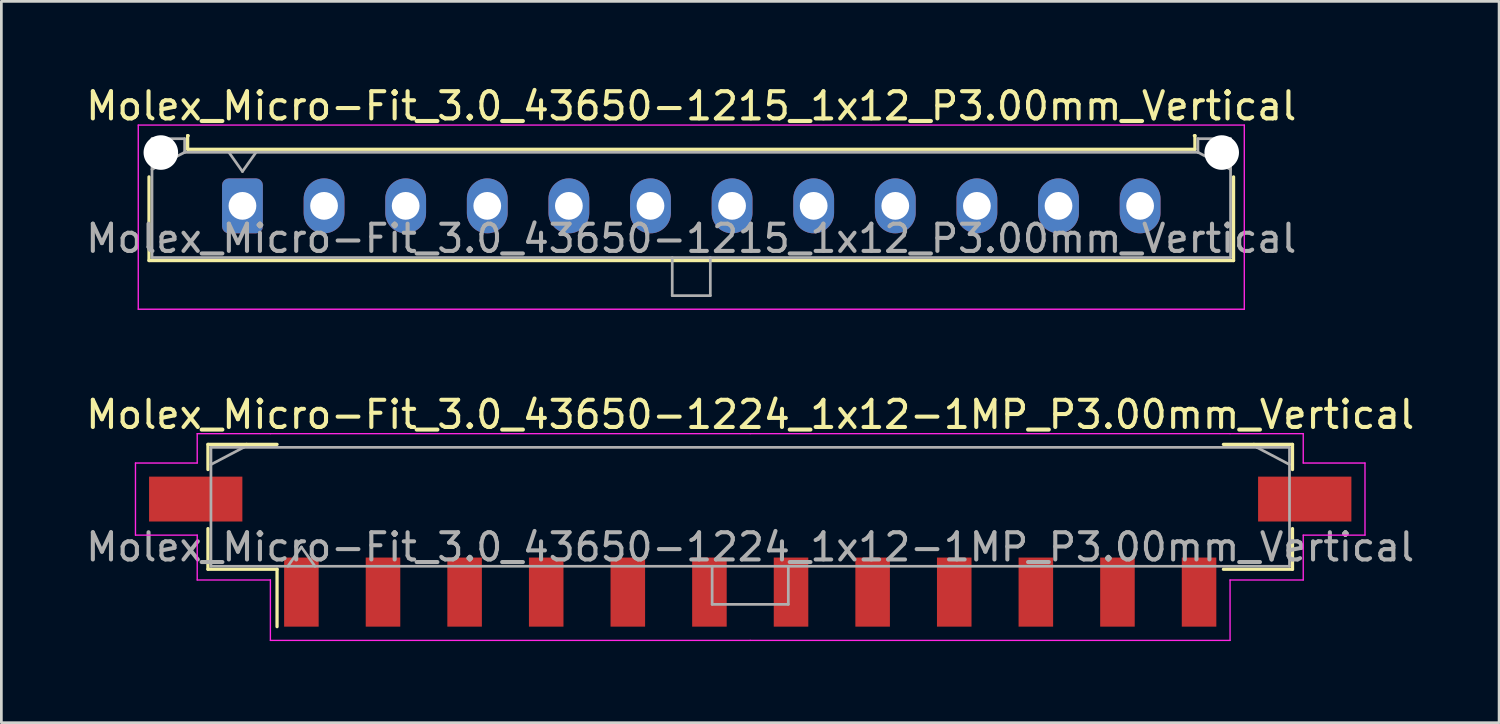
<source format=kicad_pcb>
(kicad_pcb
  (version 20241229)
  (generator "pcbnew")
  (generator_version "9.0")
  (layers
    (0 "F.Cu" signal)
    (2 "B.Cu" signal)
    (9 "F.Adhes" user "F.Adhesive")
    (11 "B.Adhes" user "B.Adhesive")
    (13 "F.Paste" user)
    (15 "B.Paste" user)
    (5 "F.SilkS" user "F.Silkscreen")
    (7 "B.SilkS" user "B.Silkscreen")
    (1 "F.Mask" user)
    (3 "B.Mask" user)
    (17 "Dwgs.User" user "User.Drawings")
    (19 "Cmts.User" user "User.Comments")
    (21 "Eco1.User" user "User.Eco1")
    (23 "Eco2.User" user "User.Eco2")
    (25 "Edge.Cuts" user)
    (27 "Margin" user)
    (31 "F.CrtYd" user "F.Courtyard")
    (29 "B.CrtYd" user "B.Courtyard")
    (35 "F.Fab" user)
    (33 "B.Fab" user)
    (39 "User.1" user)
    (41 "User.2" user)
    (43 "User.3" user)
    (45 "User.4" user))
  (footprint "Molex_Micro-Fit_3.0_43650-1224_1x12-1MP_P3.00mm_Vertical"
    (layer "F.Cu")
    (at 24.53 15.582)
    (property "Reference" "Molex_Micro-Fit_3.0_43650-1224_1x12-1MP_P3.00mm_Vertical" (at 0 -3.39 0) (layer "F.SilkS") (effects (font (size 1 1) (thickness 0.15))))
    (attr smd)
    (fp_line (start -19.935 -2.295) (end -18.515 -2.295) (stroke (width 0.12) (type solid)) (layer "F.SilkS"))
    (fp_line (start -19.935 -1.37) (end -19.935 -2.295) (stroke (width 0.12) (type solid)) (layer "F.SilkS"))
    (fp_line (start -19.935 0.8) (end -19.935 2.295) (stroke (width 0.12) (type solid)) (layer "F.SilkS"))
    (fp_line (start -19.935 2.295) (end -17.395 2.295) (stroke (width 0.12) (type solid)) (layer "F.SilkS"))
    (fp_line (start -18.515 -2.295) (end -17.395 -2.295) (stroke (width 0.12) (type solid)) (layer "F.SilkS"))
    (fp_line (start -17.395 2.295) (end -17.395 4.405) (stroke (width 0.12) (type solid)) (layer "F.SilkS"))
    (fp_line (start 18.515 -2.295) (end 17.395 -2.295) (stroke (width 0.12) (type solid)) (layer "F.SilkS"))
    (fp_line (start 19.935 -2.295) (end 18.515 -2.295) (stroke (width 0.12) (type solid)) (layer "F.SilkS"))
    (fp_line (start 19.935 -1.37) (end 19.935 -2.295) (stroke (width 0.12) (type solid)) (layer "F.SilkS"))
    (fp_line (start 19.935 0.8) (end 19.935 2.295) (stroke (width 0.12) (type solid)) (layer "F.SilkS"))
    (fp_line (start 19.935 2.295) (end 17.395 2.295) (stroke (width 0.12) (type solid)) (layer "F.SilkS"))
    (fp_line (start -22.6 -1.61) (end -22.6 1.04) (stroke (width 0.05) (type solid)) (layer "F.CrtYd"))
    (fp_line (start -22.6 1.04) (end -20.33 1.04) (stroke (width 0.05) (type solid)) (layer "F.CrtYd"))
    (fp_line (start -20.33 -2.69) (end -20.33 -1.61) (stroke (width 0.05) (type solid)) (layer "F.CrtYd"))
    (fp_line (start -20.33 -1.61) (end -22.6 -1.61) (stroke (width 0.05) (type solid)) (layer "F.CrtYd"))
    (fp_line (start -20.33 1.04) (end -20.33 2.69) (stroke (width 0.05) (type solid)) (layer "F.CrtYd"))
    (fp_line (start -20.33 2.69) (end -17.64 2.69) (stroke (width 0.05) (type solid)) (layer "F.CrtYd"))
    (fp_line (start -17.64 -2.69) (end -20.33 -2.69) (stroke (width 0.05) (type solid)) (layer "F.CrtYd"))
    (fp_line (start -17.64 2.69) (end -17.64 4.91) (stroke (width 0.05) (type solid)) (layer "F.CrtYd"))
    (fp_line (start -17.64 4.91) (end 0 4.91) (stroke (width 0.05) (type solid)) (layer "F.CrtYd"))
    (fp_line (start 0 -2.69) (end -17.64 -2.69) (stroke (width 0.05) (type solid)) (layer "F.CrtYd"))
    (fp_line (start 0 -2.69) (end 17.64 -2.69) (stroke (width 0.05) (type solid)) (layer "F.CrtYd"))
    (fp_line (start 17.64 -2.69) (end 20.33 -2.69) (stroke (width 0.05) (type solid)) (layer "F.CrtYd"))
    (fp_line (start 17.64 2.69) (end 17.64 4.91) (stroke (width 0.05) (type solid)) (layer "F.CrtYd"))
    (fp_line (start 17.64 4.91) (end 0 4.91) (stroke (width 0.05) (type solid)) (layer "F.CrtYd"))
    (fp_line (start 20.33 -2.69) (end 20.33 -1.61) (stroke (width 0.05) (type solid)) (layer "F.CrtYd"))
    (fp_line (start 20.33 -1.61) (end 22.6 -1.61) (stroke (width 0.05) (type solid)) (layer "F.CrtYd"))
    (fp_line (start 20.33 1.04) (end 20.33 2.69) (stroke (width 0.05) (type solid)) (layer "F.CrtYd"))
    (fp_line (start 20.33 2.69) (end 17.64 2.69) (stroke (width 0.05) (type solid)) (layer "F.CrtYd"))
    (fp_line (start 22.6 -1.61) (end 22.6 1.04) (stroke (width 0.05) (type solid)) (layer "F.CrtYd"))
    (fp_line (start 22.6 1.04) (end 20.33 1.04) (stroke (width 0.05) (type solid)) (layer "F.CrtYd"))
    (fp_line (start -19.825 -2.185) (end -19.825 2.185) (stroke (width 0.1) (type solid)) (layer "F.Fab"))
    (fp_line (start -19.825 -1.555) (end -18.625 -2.185) (stroke (width 0.1) (type solid)) (layer "F.Fab"))
    (fp_line (start -19.825 2.185) (end 19.825 2.185) (stroke (width 0.1) (type solid)) (layer "F.Fab"))
    (fp_line (start -18.625 -2.185) (end -19.825 -2.185) (stroke (width 0.1) (type solid)) (layer "F.Fab"))
    (fp_line (start -17 2.185) (end -16.5 1.478) (stroke (width 0.1) (type solid)) (layer "F.Fab"))
    (fp_line (start -16.5 1.478) (end -16 2.185) (stroke (width 0.1) (type solid)) (layer "F.Fab"))
    (fp_line (start -1.4 2.185) (end -1.4 3.585) (stroke (width 0.1) (type solid)) (layer "F.Fab"))
    (fp_line (start -1.4 3.585) (end 1.4 3.585) (stroke (width 0.1) (type solid)) (layer "F.Fab"))
    (fp_line (start 1.4 3.585) (end 1.4 2.185) (stroke (width 0.1) (type solid)) (layer "F.Fab"))
    (fp_line (start 18.625 -2.185) (end -18.625 -2.185) (stroke (width 0.1) (type solid)) (layer "F.Fab"))
    (fp_line (start 19.825 -2.185) (end 18.625 -2.185) (stroke (width 0.1) (type solid)) (layer "F.Fab"))
    (fp_line (start 19.825 -1.555) (end 18.625 -2.185) (stroke (width 0.1) (type solid)) (layer "F.Fab"))
    (fp_line (start 19.825 2.185) (end 19.825 -2.185) (stroke (width 0.1) (type solid)) (layer "F.Fab"))
    (fp_text user "${REFERENCE}" (at 0 1.48 0) (layer "F.Fab") (effects (font (size 1 1) (thickness 0.15))))
    (pad "1" smd rect (at -16.5 3.135) (size 1.27 2.54) (layers "F.Cu" "F.Mask" "F.Paste"))
    (pad "2" smd rect (at -13.5 3.135) (size 1.27 2.54) (layers "F.Cu" "F.Mask" "F.Paste"))
    (pad "3" smd rect (at -10.5 3.135) (size 1.27 2.54) (layers "F.Cu" "F.Mask" "F.Paste"))
    (pad "4" smd rect (at -7.5 3.135) (size 1.27 2.54) (layers "F.Cu" "F.Mask" "F.Paste"))
    (pad "5" smd rect (at -4.5 3.135) (size 1.27 2.54) (layers "F.Cu" "F.Mask" "F.Paste"))
    (pad "6" smd rect (at -1.5 3.135) (size 1.27 2.54) (layers "F.Cu" "F.Mask" "F.Paste"))
    (pad "7" smd rect (at 1.5 3.135) (size 1.27 2.54) (layers "F.Cu" "F.Mask" "F.Paste"))
    (pad "8" smd rect (at 4.5 3.135) (size 1.27 2.54) (layers "F.Cu" "F.Mask" "F.Paste"))
    (pad "9" smd rect (at 7.5 3.135) (size 1.27 2.54) (layers "F.Cu" "F.Mask" "F.Paste"))
    (pad "10" smd rect (at 10.5 3.135) (size 1.27 2.54) (layers "F.Cu" "F.Mask" "F.Paste"))
    (pad "11" smd rect (at 13.5 3.135) (size 1.27 2.54) (layers "F.Cu" "F.Mask" "F.Paste"))
    (pad "12" smd rect (at 16.5 3.135) (size 1.27 2.54) (layers "F.Cu" "F.Mask" "F.Paste"))
    (pad "MP" smd rect (at -20.385 -0.285) (size 3.43 1.65) (layers "F.Cu" "F.Mask" "F.Paste"))
    (pad "MP" smd rect (at 20.385 -0.285) (size 3.43 1.65) (layers "F.Cu" "F.Mask" "F.Paste")))
  (footprint "Molex_Micro-Fit_3.0_43650-1215_1x12_P3.00mm_Vertical"
    (layer "F.Cu")
    (at 5.863 4.518)
    (property "Reference" "Molex_Micro-Fit_3.0_43650-1215_1x12_P3.00mm_Vertical" (at 16.5 -3.67 0) (layer "F.SilkS") (effects (font (size 1 1) (thickness 0.15))))
    (attr through_hole)
    (fp_line (start -3.435 -1.065) (end -3.435 2.01) (stroke (width 0.12) (type solid)) (layer "F.SilkS"))
    (fp_line (start -3.435 2.01) (end 36.435 2.01) (stroke (width 0.12) (type solid)) (layer "F.SilkS"))
    (fp_line (start -2.015 -2.58) (end -2.015 -2.08) (stroke (width 0.12) (type solid)) (layer "F.SilkS"))
    (fp_line (start -2.015 -2.08) (end 35.015 -2.08) (stroke (width 0.12) (type solid)) (layer "F.SilkS"))
    (fp_line (start -1.995 -2.58) (end -2.015 -2.58) (stroke (width 0.12) (type solid)) (layer "F.SilkS"))
    (fp_line (start 35.015 -2.58) (end 34.995 -2.58) (stroke (width 0.12) (type solid)) (layer "F.SilkS"))
    (fp_line (start 35.015 -2.08) (end 35.015 -2.58) (stroke (width 0.12) (type solid)) (layer "F.SilkS"))
    (fp_line (start 36.435 2.01) (end 36.435 -1.065) (stroke (width 0.12) (type solid)) (layer "F.SilkS"))
    (fp_line (start -3.83 -2.97) (end 36.83 -2.97) (stroke (width 0.05) (type solid)) (layer "F.CrtYd"))
    (fp_line (start -3.83 3.8) (end -3.83 -2.97) (stroke (width 0.05) (type solid)) (layer "F.CrtYd"))
    (fp_line (start 36.83 -2.97) (end 36.83 3.8) (stroke (width 0.05) (type solid)) (layer "F.CrtYd"))
    (fp_line (start 36.83 3.8) (end -3.83 3.8) (stroke (width 0.05) (type solid)) (layer "F.CrtYd"))
    (fp_line (start -3.325 -2.47) (end -3.325 1.9) (stroke (width 0.1) (type solid)) (layer "F.Fab"))
    (fp_line (start -3.325 -1.34) (end -2.125 -1.97) (stroke (width 0.1) (type solid)) (layer "F.Fab"))
    (fp_line (start -3.325 1.9) (end 36.325 1.9) (stroke (width 0.1) (type solid)) (layer "F.Fab"))
    (fp_line (start -2.125 -2.47) (end -3.325 -2.47) (stroke (width 0.1) (type solid)) (layer "F.Fab"))
    (fp_line (start -2.125 -1.97) (end -2.125 -2.47) (stroke (width 0.1) (type solid)) (layer "F.Fab"))
    (fp_line (start -0.5 -1.97) (end 0 -1.263) (stroke (width 0.1) (type solid)) (layer "F.Fab"))
    (fp_line (start 0 -1.263) (end 0.5 -1.97) (stroke (width 0.1) (type solid)) (layer "F.Fab"))
    (fp_line (start 15.8 1.9) (end 15.8 3.3) (stroke (width 0.1) (type solid)) (layer "F.Fab"))
    (fp_line (start 15.8 3.3) (end 17.2 3.3) (stroke (width 0.1) (type solid)) (layer "F.Fab"))
    (fp_line (start 17.2 3.3) (end 17.2 1.9) (stroke (width 0.1) (type solid)) (layer "F.Fab"))
    (fp_line (start 35.125 -2.47) (end 35.125 -1.97) (stroke (width 0.1) (type solid)) (layer "F.Fab"))
    (fp_line (start 35.125 -1.97) (end -2.125 -1.97) (stroke (width 0.1) (type solid)) (layer "F.Fab"))
    (fp_line (start 36.325 -2.47) (end 35.125 -2.47) (stroke (width 0.1) (type solid)) (layer "F.Fab"))
    (fp_line (start 36.325 -1.34) (end 35.125 -1.97) (stroke (width 0.1) (type solid)) (layer "F.Fab"))
    (fp_line (start 36.325 1.9) (end 36.325 -2.47) (stroke (width 0.1) (type solid)) (layer "F.Fab"))
    (fp_text user "${REFERENCE}" (at 16.5 1.2 0) (layer "F.Fab") (effects (font (size 1 1) (thickness 0.15))))
    (pad "" np_thru_hole circle (at -3 -1.96) (size 1.27 1.27) (drill 1.27) (layers "*.Cu" "*.Mask"))
    (pad "" np_thru_hole circle (at 36 -1.96) (size 1.27 1.27) (drill 1.27) (layers "*.Cu" "*.Mask"))
    (pad "1" thru_hole roundrect (at 0 0) (size 1.5 2.02) (drill 1.02) (layers "*.Cu" "*.Mask") (roundrect_rratio 0.167))
    (pad "2" thru_hole oval (at 3 0) (size 1.5 2.02) (drill 1.02) (layers "*.Cu" "*.Mask"))
    (pad "3" thru_hole oval (at 6 0) (size 1.5 2.02) (drill 1.02) (layers "*.Cu" "*.Mask"))
    (pad "4" thru_hole oval (at 9 0) (size 1.5 2.02) (drill 1.02) (layers "*.Cu" "*.Mask"))
    (pad "5" thru_hole oval (at 12 0) (size 1.5 2.02) (drill 1.02) (layers "*.Cu" "*.Mask"))
    (pad "6" thru_hole oval (at 15 0) (size 1.5 2.02) (drill 1.02) (layers "*.Cu" "*.Mask"))
    (pad "7" thru_hole oval (at 18 0) (size 1.5 2.02) (drill 1.02) (layers "*.Cu" "*.Mask"))
    (pad "8" thru_hole oval (at 21 0) (size 1.5 2.02) (drill 1.02) (layers "*.Cu" "*.Mask"))
    (pad "9" thru_hole oval (at 24 0) (size 1.5 2.02) (drill 1.02) (layers "*.Cu" "*.Mask"))
    (pad "10" thru_hole oval (at 27 0) (size 1.5 2.02) (drill 1.02) (layers "*.Cu" "*.Mask"))
    (pad "11" thru_hole oval (at 30 0) (size 1.5 2.02) (drill 1.02) (layers "*.Cu" "*.Mask"))
    (pad "12" thru_hole oval (at 33 0) (size 1.5 2.02) (drill 1.02) (layers "*.Cu" "*.Mask")))
  (gr_rect
    (start -3 -3)
    (end 52.06 23.517)
    (stroke (width 0.1) (type default))
    (fill no)
    (layer "Edge.Cuts")))
</source>
